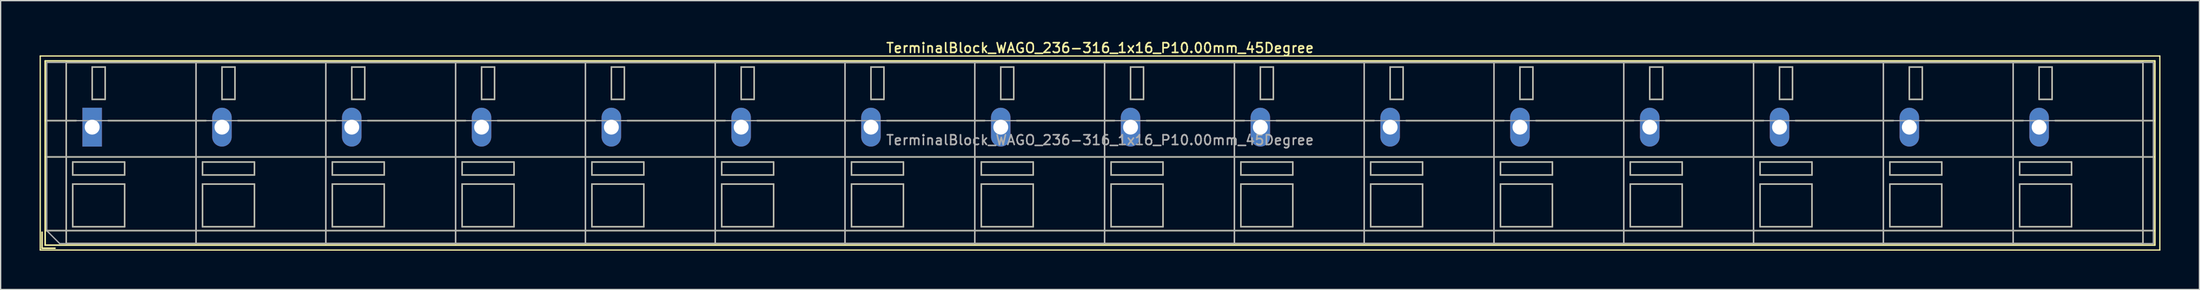
<source format=kicad_pcb>
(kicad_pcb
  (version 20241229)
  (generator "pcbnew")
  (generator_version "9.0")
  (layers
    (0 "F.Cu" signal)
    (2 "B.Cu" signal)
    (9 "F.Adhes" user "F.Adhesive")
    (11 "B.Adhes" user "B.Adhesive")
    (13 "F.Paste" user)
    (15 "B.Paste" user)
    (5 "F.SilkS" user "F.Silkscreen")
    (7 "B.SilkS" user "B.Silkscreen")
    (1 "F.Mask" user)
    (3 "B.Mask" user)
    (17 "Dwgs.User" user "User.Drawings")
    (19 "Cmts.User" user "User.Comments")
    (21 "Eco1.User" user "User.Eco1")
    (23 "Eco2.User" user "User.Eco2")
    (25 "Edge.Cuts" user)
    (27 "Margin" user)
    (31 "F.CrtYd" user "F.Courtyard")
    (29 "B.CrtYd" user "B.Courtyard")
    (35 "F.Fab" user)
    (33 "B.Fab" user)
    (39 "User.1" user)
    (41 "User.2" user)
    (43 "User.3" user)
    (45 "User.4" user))
  (footprint "TerminalBlock_WAGO_236-316_1x16_P10.00mm_45Degree"
    (layer "F.Cu")
    (at 4.05 6.778)
    (property "Reference" "TerminalBlock_WAGO_236-316_1x16_P10.00mm_45Degree" (at 77.65 -6.12 0) (layer "F.SilkS") (effects (font (size 0.75 0.75) (thickness 0.125))))
    (attr through_hole)
    (fp_line (start -4 -5.5) (end -4 9.5) (stroke (width 0.1) (type solid)) (layer "F.SilkS"))
    (fp_line (start -4 9.5) (end 159.3 9.5) (stroke (width 0.1) (type solid)) (layer "F.SilkS"))
    (fp_line (start -3.86 8.12) (end -3.86 9.36) (stroke (width 0.12) (type solid)) (layer "F.SilkS"))
    (fp_line (start -3.86 9.36) (end -2.86 9.36) (stroke (width 0.12) (type solid)) (layer "F.SilkS"))
    (fp_line (start -3.62 -5.12) (end -3.62 9.12) (stroke (width 0.12) (type solid)) (layer "F.SilkS"))
    (fp_line (start -3.62 -5.12) (end 158.92 -5.12) (stroke (width 0.12) (type solid)) (layer "F.SilkS"))
    (fp_line (start -3.62 -0.5) (end -1.23 -0.5) (stroke (width 0.12) (type solid)) (layer "F.SilkS"))
    (fp_line (start -3.62 2.3) (end 158.92 2.3) (stroke (width 0.12) (type solid)) (layer "F.SilkS"))
    (fp_line (start -3.62 8) (end 158.92 8) (stroke (width 0.12) (type solid)) (layer "F.SilkS"))
    (fp_line (start -3.62 9.12) (end 158.92 9.12) (stroke (width 0.12) (type solid)) (layer "F.SilkS"))
    (fp_line (start -2 -5) (end -2 9) (stroke (width 0.12) (type solid)) (layer "F.SilkS"))
    (fp_line (start -2 -5) (end 8 -5) (stroke (width 0.12) (type solid)) (layer "F.SilkS"))
    (fp_line (start -2 9) (end 8 9) (stroke (width 0.12) (type solid)) (layer "F.SilkS"))
    (fp_line (start -1.5 2.7) (end -1.5 3.7) (stroke (width 0.12) (type solid)) (layer "F.SilkS"))
    (fp_line (start -1.5 2.7) (end 2.5 2.7) (stroke (width 0.12) (type solid)) (layer "F.SilkS"))
    (fp_line (start -1.5 3.7) (end 2.5 3.7) (stroke (width 0.12) (type solid)) (layer "F.SilkS"))
    (fp_line (start -1.5 4.4) (end -1.5 7.7) (stroke (width 0.12) (type solid)) (layer "F.SilkS"))
    (fp_line (start -1.5 4.4) (end 2.5 4.4) (stroke (width 0.12) (type solid)) (layer "F.SilkS"))
    (fp_line (start -1.5 7.7) (end 2.5 7.7) (stroke (width 0.12) (type solid)) (layer "F.SilkS"))
    (fp_line (start 0 -4.65) (end 0 -2.151) (stroke (width 0.12) (type solid)) (layer "F.SilkS"))
    (fp_line (start 0 -4.65) (end 1 -4.65) (stroke (width 0.12) (type solid)) (layer "F.SilkS"))
    (fp_line (start 0 -2.151) (end 1 -2.151) (stroke (width 0.12) (type solid)) (layer "F.SilkS"))
    (fp_line (start 1 -4.65) (end 1 -2.151) (stroke (width 0.12) (type solid)) (layer "F.SilkS"))
    (fp_line (start 1.23 -0.5) (end 8.77 -0.5) (stroke (width 0.12) (type solid)) (layer "F.SilkS"))
    (fp_line (start 2.5 2.7) (end 2.5 3.7) (stroke (width 0.12) (type solid)) (layer "F.SilkS"))
    (fp_line (start 2.5 4.4) (end 2.5 7.7) (stroke (width 0.12) (type solid)) (layer "F.SilkS"))
    (fp_line (start 8 -5) (end 8 9) (stroke (width 0.12) (type solid)) (layer "F.SilkS"))
    (fp_line (start 8 -5) (end 8 9) (stroke (width 0.12) (type solid)) (layer "F.SilkS"))
    (fp_line (start 8 -5) (end 18 -5) (stroke (width 0.12) (type solid)) (layer "F.SilkS"))
    (fp_line (start 8 9) (end 18 9) (stroke (width 0.12) (type solid)) (layer "F.SilkS"))
    (fp_line (start 8.5 2.7) (end 8.5 3.7) (stroke (width 0.12) (type solid)) (layer "F.SilkS"))
    (fp_line (start 8.5 2.7) (end 12.5 2.7) (stroke (width 0.12) (type solid)) (layer "F.SilkS"))
    (fp_line (start 8.5 3.7) (end 12.5 3.7) (stroke (width 0.12) (type solid)) (layer "F.SilkS"))
    (fp_line (start 8.5 4.4) (end 8.5 7.7) (stroke (width 0.12) (type solid)) (layer "F.SilkS"))
    (fp_line (start 8.5 4.4) (end 12.5 4.4) (stroke (width 0.12) (type solid)) (layer "F.SilkS"))
    (fp_line (start 8.5 7.7) (end 12.5 7.7) (stroke (width 0.12) (type solid)) (layer "F.SilkS"))
    (fp_line (start 10 -4.65) (end 10 -2.151) (stroke (width 0.12) (type solid)) (layer "F.SilkS"))
    (fp_line (start 10 -4.65) (end 11 -4.65) (stroke (width 0.12) (type solid)) (layer "F.SilkS"))
    (fp_line (start 10 -2.151) (end 11 -2.151) (stroke (width 0.12) (type solid)) (layer "F.SilkS"))
    (fp_line (start 11 -4.65) (end 11 -2.151) (stroke (width 0.12) (type solid)) (layer "F.SilkS"))
    (fp_line (start 11.23 -0.5) (end 18.77 -0.5) (stroke (width 0.12) (type solid)) (layer "F.SilkS"))
    (fp_line (start 12.5 2.7) (end 12.5 3.7) (stroke (width 0.12) (type solid)) (layer "F.SilkS"))
    (fp_line (start 12.5 4.4) (end 12.5 7.7) (stroke (width 0.12) (type solid)) (layer "F.SilkS"))
    (fp_line (start 18 -5) (end 18 9) (stroke (width 0.12) (type solid)) (layer "F.SilkS"))
    (fp_line (start 18 -5) (end 18 9) (stroke (width 0.12) (type solid)) (layer "F.SilkS"))
    (fp_line (start 18 -5) (end 28 -5) (stroke (width 0.12) (type solid)) (layer "F.SilkS"))
    (fp_line (start 18 9) (end 28 9) (stroke (width 0.12) (type solid)) (layer "F.SilkS"))
    (fp_line (start 18.5 2.7) (end 18.5 3.7) (stroke (width 0.12) (type solid)) (layer "F.SilkS"))
    (fp_line (start 18.5 2.7) (end 22.5 2.7) (stroke (width 0.12) (type solid)) (layer "F.SilkS"))
    (fp_line (start 18.5 3.7) (end 22.5 3.7) (stroke (width 0.12) (type solid)) (layer "F.SilkS"))
    (fp_line (start 18.5 4.4) (end 18.5 7.7) (stroke (width 0.12) (type solid)) (layer "F.SilkS"))
    (fp_line (start 18.5 4.4) (end 22.5 4.4) (stroke (width 0.12) (type solid)) (layer "F.SilkS"))
    (fp_line (start 18.5 7.7) (end 22.5 7.7) (stroke (width 0.12) (type solid)) (layer "F.SilkS"))
    (fp_line (start 20 -4.65) (end 20 -2.151) (stroke (width 0.12) (type solid)) (layer "F.SilkS"))
    (fp_line (start 20 -4.65) (end 21 -4.65) (stroke (width 0.12) (type solid)) (layer "F.SilkS"))
    (fp_line (start 20 -2.151) (end 21 -2.151) (stroke (width 0.12) (type solid)) (layer "F.SilkS"))
    (fp_line (start 21 -4.65) (end 21 -2.151) (stroke (width 0.12) (type solid)) (layer "F.SilkS"))
    (fp_line (start 21.23 -0.5) (end 28.77 -0.5) (stroke (width 0.12) (type solid)) (layer "F.SilkS"))
    (fp_line (start 22.5 2.7) (end 22.5 3.7) (stroke (width 0.12) (type solid)) (layer "F.SilkS"))
    (fp_line (start 22.5 4.4) (end 22.5 7.7) (stroke (width 0.12) (type solid)) (layer "F.SilkS"))
    (fp_line (start 28 -5) (end 28 9) (stroke (width 0.12) (type solid)) (layer "F.SilkS"))
    (fp_line (start 28 -5) (end 28 9) (stroke (width 0.12) (type solid)) (layer "F.SilkS"))
    (fp_line (start 28 -5) (end 38 -5) (stroke (width 0.12) (type solid)) (layer "F.SilkS"))
    (fp_line (start 28 9) (end 38 9) (stroke (width 0.12) (type solid)) (layer "F.SilkS"))
    (fp_line (start 28.5 2.7) (end 28.5 3.7) (stroke (width 0.12) (type solid)) (layer "F.SilkS"))
    (fp_line (start 28.5 2.7) (end 32.5 2.7) (stroke (width 0.12) (type solid)) (layer "F.SilkS"))
    (fp_line (start 28.5 3.7) (end 32.5 3.7) (stroke (width 0.12) (type solid)) (layer "F.SilkS"))
    (fp_line (start 28.5 4.4) (end 28.5 7.7) (stroke (width 0.12) (type solid)) (layer "F.SilkS"))
    (fp_line (start 28.5 4.4) (end 32.5 4.4) (stroke (width 0.12) (type solid)) (layer "F.SilkS"))
    (fp_line (start 28.5 7.7) (end 32.5 7.7) (stroke (width 0.12) (type solid)) (layer "F.SilkS"))
    (fp_line (start 30 -4.65) (end 30 -2.151) (stroke (width 0.12) (type solid)) (layer "F.SilkS"))
    (fp_line (start 30 -4.65) (end 31 -4.65) (stroke (width 0.12) (type solid)) (layer "F.SilkS"))
    (fp_line (start 30 -2.151) (end 31 -2.151) (stroke (width 0.12) (type solid)) (layer "F.SilkS"))
    (fp_line (start 31 -4.65) (end 31 -2.151) (stroke (width 0.12) (type solid)) (layer "F.SilkS"))
    (fp_line (start 31.23 -0.5) (end 38.77 -0.5) (stroke (width 0.12) (type solid)) (layer "F.SilkS"))
    (fp_line (start 32.5 2.7) (end 32.5 3.7) (stroke (width 0.12) (type solid)) (layer "F.SilkS"))
    (fp_line (start 32.5 4.4) (end 32.5 7.7) (stroke (width 0.12) (type solid)) (layer "F.SilkS"))
    (fp_line (start 38 -5) (end 38 9) (stroke (width 0.12) (type solid)) (layer "F.SilkS"))
    (fp_line (start 38 -5) (end 38 9) (stroke (width 0.12) (type solid)) (layer "F.SilkS"))
    (fp_line (start 38 -5) (end 48 -5) (stroke (width 0.12) (type solid)) (layer "F.SilkS"))
    (fp_line (start 38 9) (end 48 9) (stroke (width 0.12) (type solid)) (layer "F.SilkS"))
    (fp_line (start 38.5 2.7) (end 38.5 3.7) (stroke (width 0.12) (type solid)) (layer "F.SilkS"))
    (fp_line (start 38.5 2.7) (end 42.5 2.7) (stroke (width 0.12) (type solid)) (layer "F.SilkS"))
    (fp_line (start 38.5 3.7) (end 42.5 3.7) (stroke (width 0.12) (type solid)) (layer "F.SilkS"))
    (fp_line (start 38.5 4.4) (end 38.5 7.7) (stroke (width 0.12) (type solid)) (layer "F.SilkS"))
    (fp_line (start 38.5 4.4) (end 42.5 4.4) (stroke (width 0.12) (type solid)) (layer "F.SilkS"))
    (fp_line (start 38.5 7.7) (end 42.5 7.7) (stroke (width 0.12) (type solid)) (layer "F.SilkS"))
    (fp_line (start 40 -4.65) (end 40 -2.151) (stroke (width 0.12) (type solid)) (layer "F.SilkS"))
    (fp_line (start 40 -4.65) (end 41 -4.65) (stroke (width 0.12) (type solid)) (layer "F.SilkS"))
    (fp_line (start 40 -2.151) (end 41 -2.151) (stroke (width 0.12) (type solid)) (layer "F.SilkS"))
    (fp_line (start 41 -4.65) (end 41 -2.151) (stroke (width 0.12) (type solid)) (layer "F.SilkS"))
    (fp_line (start 41.23 -0.5) (end 48.77 -0.5) (stroke (width 0.12) (type solid)) (layer "F.SilkS"))
    (fp_line (start 42.5 2.7) (end 42.5 3.7) (stroke (width 0.12) (type solid)) (layer "F.SilkS"))
    (fp_line (start 42.5 4.4) (end 42.5 7.7) (stroke (width 0.12) (type solid)) (layer "F.SilkS"))
    (fp_line (start 48 -5) (end 48 9) (stroke (width 0.12) (type solid)) (layer "F.SilkS"))
    (fp_line (start 48 -5) (end 48 9) (stroke (width 0.12) (type solid)) (layer "F.SilkS"))
    (fp_line (start 48 -5) (end 58 -5) (stroke (width 0.12) (type solid)) (layer "F.SilkS"))
    (fp_line (start 48 9) (end 58 9) (stroke (width 0.12) (type solid)) (layer "F.SilkS"))
    (fp_line (start 48.5 2.7) (end 48.5 3.7) (stroke (width 0.12) (type solid)) (layer "F.SilkS"))
    (fp_line (start 48.5 2.7) (end 52.5 2.7) (stroke (width 0.12) (type solid)) (layer "F.SilkS"))
    (fp_line (start 48.5 3.7) (end 52.5 3.7) (stroke (width 0.12) (type solid)) (layer "F.SilkS"))
    (fp_line (start 48.5 4.4) (end 48.5 7.7) (stroke (width 0.12) (type solid)) (layer "F.SilkS"))
    (fp_line (start 48.5 4.4) (end 52.5 4.4) (stroke (width 0.12) (type solid)) (layer "F.SilkS"))
    (fp_line (start 48.5 7.7) (end 52.5 7.7) (stroke (width 0.12) (type solid)) (layer "F.SilkS"))
    (fp_line (start 50 -4.65) (end 50 -2.151) (stroke (width 0.12) (type solid)) (layer "F.SilkS"))
    (fp_line (start 50 -4.65) (end 51 -4.65) (stroke (width 0.12) (type solid)) (layer "F.SilkS"))
    (fp_line (start 50 -2.151) (end 51 -2.151) (stroke (width 0.12) (type solid)) (layer "F.SilkS"))
    (fp_line (start 51 -4.65) (end 51 -2.151) (stroke (width 0.12) (type solid)) (layer "F.SilkS"))
    (fp_line (start 51.23 -0.5) (end 58.77 -0.5) (stroke (width 0.12) (type solid)) (layer "F.SilkS"))
    (fp_line (start 52.5 2.7) (end 52.5 3.7) (stroke (width 0.12) (type solid)) (layer "F.SilkS"))
    (fp_line (start 52.5 4.4) (end 52.5 7.7) (stroke (width 0.12) (type solid)) (layer "F.SilkS"))
    (fp_line (start 58 -5) (end 58 9) (stroke (width 0.12) (type solid)) (layer "F.SilkS"))
    (fp_line (start 58 -5) (end 58 9) (stroke (width 0.12) (type solid)) (layer "F.SilkS"))
    (fp_line (start 58 -5) (end 68 -5) (stroke (width 0.12) (type solid)) (layer "F.SilkS"))
    (fp_line (start 58 9) (end 68 9) (stroke (width 0.12) (type solid)) (layer "F.SilkS"))
    (fp_line (start 58.5 2.7) (end 58.5 3.7) (stroke (width 0.12) (type solid)) (layer "F.SilkS"))
    (fp_line (start 58.5 2.7) (end 62.5 2.7) (stroke (width 0.12) (type solid)) (layer "F.SilkS"))
    (fp_line (start 58.5 3.7) (end 62.5 3.7) (stroke (width 0.12) (type solid)) (layer "F.SilkS"))
    (fp_line (start 58.5 4.4) (end 58.5 7.7) (stroke (width 0.12) (type solid)) (layer "F.SilkS"))
    (fp_line (start 58.5 4.4) (end 62.5 4.4) (stroke (width 0.12) (type solid)) (layer "F.SilkS"))
    (fp_line (start 58.5 7.7) (end 62.5 7.7) (stroke (width 0.12) (type solid)) (layer "F.SilkS"))
    (fp_line (start 60 -4.65) (end 60 -2.151) (stroke (width 0.12) (type solid)) (layer "F.SilkS"))
    (fp_line (start 60 -4.65) (end 61 -4.65) (stroke (width 0.12) (type solid)) (layer "F.SilkS"))
    (fp_line (start 60 -2.151) (end 61 -2.151) (stroke (width 0.12) (type solid)) (layer "F.SilkS"))
    (fp_line (start 61 -4.65) (end 61 -2.151) (stroke (width 0.12) (type solid)) (layer "F.SilkS"))
    (fp_line (start 61.23 -0.5) (end 68.77 -0.5) (stroke (width 0.12) (type solid)) (layer "F.SilkS"))
    (fp_line (start 62.5 2.7) (end 62.5 3.7) (stroke (width 0.12) (type solid)) (layer "F.SilkS"))
    (fp_line (start 62.5 4.4) (end 62.5 7.7) (stroke (width 0.12) (type solid)) (layer "F.SilkS"))
    (fp_line (start 68 -5) (end 68 9) (stroke (width 0.12) (type solid)) (layer "F.SilkS"))
    (fp_line (start 68 -5) (end 68 9) (stroke (width 0.12) (type solid)) (layer "F.SilkS"))
    (fp_line (start 68 -5) (end 78 -5) (stroke (width 0.12) (type solid)) (layer "F.SilkS"))
    (fp_line (start 68 9) (end 78 9) (stroke (width 0.12) (type solid)) (layer "F.SilkS"))
    (fp_line (start 68.5 2.7) (end 68.5 3.7) (stroke (width 0.12) (type solid)) (layer "F.SilkS"))
    (fp_line (start 68.5 2.7) (end 72.5 2.7) (stroke (width 0.12) (type solid)) (layer "F.SilkS"))
    (fp_line (start 68.5 3.7) (end 72.5 3.7) (stroke (width 0.12) (type solid)) (layer "F.SilkS"))
    (fp_line (start 68.5 4.4) (end 68.5 7.7) (stroke (width 0.12) (type solid)) (layer "F.SilkS"))
    (fp_line (start 68.5 4.4) (end 72.5 4.4) (stroke (width 0.12) (type solid)) (layer "F.SilkS"))
    (fp_line (start 68.5 7.7) (end 72.5 7.7) (stroke (width 0.12) (type solid)) (layer "F.SilkS"))
    (fp_line (start 70 -4.65) (end 70 -2.151) (stroke (width 0.12) (type solid)) (layer "F.SilkS"))
    (fp_line (start 70 -4.65) (end 71 -4.65) (stroke (width 0.12) (type solid)) (layer "F.SilkS"))
    (fp_line (start 70 -2.151) (end 71 -2.151) (stroke (width 0.12) (type solid)) (layer "F.SilkS"))
    (fp_line (start 71 -4.65) (end 71 -2.151) (stroke (width 0.12) (type solid)) (layer "F.SilkS"))
    (fp_line (start 71.23 -0.5) (end 78.77 -0.5) (stroke (width 0.12) (type solid)) (layer "F.SilkS"))
    (fp_line (start 72.5 2.7) (end 72.5 3.7) (stroke (width 0.12) (type solid)) (layer "F.SilkS"))
    (fp_line (start 72.5 4.4) (end 72.5 7.7) (stroke (width 0.12) (type solid)) (layer "F.SilkS"))
    (fp_line (start 78 -5) (end 78 9) (stroke (width 0.12) (type solid)) (layer "F.SilkS"))
    (fp_line (start 78 -5) (end 78 9) (stroke (width 0.12) (type solid)) (layer "F.SilkS"))
    (fp_line (start 78 -5) (end 88 -5) (stroke (width 0.12) (type solid)) (layer "F.SilkS"))
    (fp_line (start 78 9) (end 88 9) (stroke (width 0.12) (type solid)) (layer "F.SilkS"))
    (fp_line (start 78.5 2.7) (end 78.5 3.7) (stroke (width 0.12) (type solid)) (layer "F.SilkS"))
    (fp_line (start 78.5 2.7) (end 82.5 2.7) (stroke (width 0.12) (type solid)) (layer "F.SilkS"))
    (fp_line (start 78.5 3.7) (end 82.5 3.7) (stroke (width 0.12) (type solid)) (layer "F.SilkS"))
    (fp_line (start 78.5 4.4) (end 78.5 7.7) (stroke (width 0.12) (type solid)) (layer "F.SilkS"))
    (fp_line (start 78.5 4.4) (end 82.5 4.4) (stroke (width 0.12) (type solid)) (layer "F.SilkS"))
    (fp_line (start 78.5 7.7) (end 82.5 7.7) (stroke (width 0.12) (type solid)) (layer "F.SilkS"))
    (fp_line (start 80 -4.65) (end 80 -2.151) (stroke (width 0.12) (type solid)) (layer "F.SilkS"))
    (fp_line (start 80 -4.65) (end 81 -4.65) (stroke (width 0.12) (type solid)) (layer "F.SilkS"))
    (fp_line (start 80 -2.151) (end 81 -2.151) (stroke (width 0.12) (type solid)) (layer "F.SilkS"))
    (fp_line (start 81 -4.65) (end 81 -2.151) (stroke (width 0.12) (type solid)) (layer "F.SilkS"))
    (fp_line (start 81.23 -0.5) (end 88.77 -0.5) (stroke (width 0.12) (type solid)) (layer "F.SilkS"))
    (fp_line (start 82.5 2.7) (end 82.5 3.7) (stroke (width 0.12) (type solid)) (layer "F.SilkS"))
    (fp_line (start 82.5 4.4) (end 82.5 7.7) (stroke (width 0.12) (type solid)) (layer "F.SilkS"))
    (fp_line (start 88 -5) (end 88 9) (stroke (width 0.12) (type solid)) (layer "F.SilkS"))
    (fp_line (start 88 -5) (end 88 9) (stroke (width 0.12) (type solid)) (layer "F.SilkS"))
    (fp_line (start 88 -5) (end 98 -5) (stroke (width 0.12) (type solid)) (layer "F.SilkS"))
    (fp_line (start 88 9) (end 98 9) (stroke (width 0.12) (type solid)) (layer "F.SilkS"))
    (fp_line (start 88.5 2.7) (end 88.5 3.7) (stroke (width 0.12) (type solid)) (layer "F.SilkS"))
    (fp_line (start 88.5 2.7) (end 92.5 2.7) (stroke (width 0.12) (type solid)) (layer "F.SilkS"))
    (fp_line (start 88.5 3.7) (end 92.5 3.7) (stroke (width 0.12) (type solid)) (layer "F.SilkS"))
    (fp_line (start 88.5 4.4) (end 88.5 7.7) (stroke (width 0.12) (type solid)) (layer "F.SilkS"))
    (fp_line (start 88.5 4.4) (end 92.5 4.4) (stroke (width 0.12) (type solid)) (layer "F.SilkS"))
    (fp_line (start 88.5 7.7) (end 92.5 7.7) (stroke (width 0.12) (type solid)) (layer "F.SilkS"))
    (fp_line (start 90 -4.65) (end 90 -2.151) (stroke (width 0.12) (type solid)) (layer "F.SilkS"))
    (fp_line (start 90 -4.65) (end 91 -4.65) (stroke (width 0.12) (type solid)) (layer "F.SilkS"))
    (fp_line (start 90 -2.151) (end 91 -2.151) (stroke (width 0.12) (type solid)) (layer "F.SilkS"))
    (fp_line (start 91 -4.65) (end 91 -2.151) (stroke (width 0.12) (type solid)) (layer "F.SilkS"))
    (fp_line (start 91.23 -0.5) (end 98.77 -0.5) (stroke (width 0.12) (type solid)) (layer "F.SilkS"))
    (fp_line (start 92.5 2.7) (end 92.5 3.7) (stroke (width 0.12) (type solid)) (layer "F.SilkS"))
    (fp_line (start 92.5 4.4) (end 92.5 7.7) (stroke (width 0.12) (type solid)) (layer "F.SilkS"))
    (fp_line (start 98 -5) (end 98 9) (stroke (width 0.12) (type solid)) (layer "F.SilkS"))
    (fp_line (start 98 -5) (end 98 9) (stroke (width 0.12) (type solid)) (layer "F.SilkS"))
    (fp_line (start 98 -5) (end 108 -5) (stroke (width 0.12) (type solid)) (layer "F.SilkS"))
    (fp_line (start 98 9) (end 108 9) (stroke (width 0.12) (type solid)) (layer "F.SilkS"))
    (fp_line (start 98.5 2.7) (end 98.5 3.7) (stroke (width 0.12) (type solid)) (layer "F.SilkS"))
    (fp_line (start 98.5 2.7) (end 102.5 2.7) (stroke (width 0.12) (type solid)) (layer "F.SilkS"))
    (fp_line (start 98.5 3.7) (end 102.5 3.7) (stroke (width 0.12) (type solid)) (layer "F.SilkS"))
    (fp_line (start 98.5 4.4) (end 98.5 7.7) (stroke (width 0.12) (type solid)) (layer "F.SilkS"))
    (fp_line (start 98.5 4.4) (end 102.5 4.4) (stroke (width 0.12) (type solid)) (layer "F.SilkS"))
    (fp_line (start 98.5 7.7) (end 102.5 7.7) (stroke (width 0.12) (type solid)) (layer "F.SilkS"))
    (fp_line (start 100 -4.65) (end 100 -2.151) (stroke (width 0.12) (type solid)) (layer "F.SilkS"))
    (fp_line (start 100 -4.65) (end 101 -4.65) (stroke (width 0.12) (type solid)) (layer "F.SilkS"))
    (fp_line (start 100 -2.151) (end 101 -2.151) (stroke (width 0.12) (type solid)) (layer "F.SilkS"))
    (fp_line (start 101 -4.65) (end 101 -2.151) (stroke (width 0.12) (type solid)) (layer "F.SilkS"))
    (fp_line (start 101.23 -0.5) (end 108.77 -0.5) (stroke (width 0.12) (type solid)) (layer "F.SilkS"))
    (fp_line (start 102.5 2.7) (end 102.5 3.7) (stroke (width 0.12) (type solid)) (layer "F.SilkS"))
    (fp_line (start 102.5 4.4) (end 102.5 7.7) (stroke (width 0.12) (type solid)) (layer "F.SilkS"))
    (fp_line (start 108 -5) (end 108 9) (stroke (width 0.12) (type solid)) (layer "F.SilkS"))
    (fp_line (start 108 -5) (end 108 9) (stroke (width 0.12) (type solid)) (layer "F.SilkS"))
    (fp_line (start 108 -5) (end 118 -5) (stroke (width 0.12) (type solid)) (layer "F.SilkS"))
    (fp_line (start 108 9) (end 118 9) (stroke (width 0.12) (type solid)) (layer "F.SilkS"))
    (fp_line (start 108.5 2.7) (end 108.5 3.7) (stroke (width 0.12) (type solid)) (layer "F.SilkS"))
    (fp_line (start 108.5 2.7) (end 112.5 2.7) (stroke (width 0.12) (type solid)) (layer "F.SilkS"))
    (fp_line (start 108.5 3.7) (end 112.5 3.7) (stroke (width 0.12) (type solid)) (layer "F.SilkS"))
    (fp_line (start 108.5 4.4) (end 108.5 7.7) (stroke (width 0.12) (type solid)) (layer "F.SilkS"))
    (fp_line (start 108.5 4.4) (end 112.5 4.4) (stroke (width 0.12) (type solid)) (layer "F.SilkS"))
    (fp_line (start 108.5 7.7) (end 112.5 7.7) (stroke (width 0.12) (type solid)) (layer "F.SilkS"))
    (fp_line (start 110 -4.65) (end 110 -2.151) (stroke (width 0.12) (type solid)) (layer "F.SilkS"))
    (fp_line (start 110 -4.65) (end 111 -4.65) (stroke (width 0.12) (type solid)) (layer "F.SilkS"))
    (fp_line (start 110 -2.151) (end 111 -2.151) (stroke (width 0.12) (type solid)) (layer "F.SilkS"))
    (fp_line (start 111 -4.65) (end 111 -2.151) (stroke (width 0.12) (type solid)) (layer "F.SilkS"))
    (fp_line (start 111.23 -0.5) (end 118.77 -0.5) (stroke (width 0.12) (type solid)) (layer "F.SilkS"))
    (fp_line (start 112.5 2.7) (end 112.5 3.7) (stroke (width 0.12) (type solid)) (layer "F.SilkS"))
    (fp_line (start 112.5 4.4) (end 112.5 7.7) (stroke (width 0.12) (type solid)) (layer "F.SilkS"))
    (fp_line (start 118 -5) (end 118 9) (stroke (width 0.12) (type solid)) (layer "F.SilkS"))
    (fp_line (start 118 -5) (end 118 9) (stroke (width 0.12) (type solid)) (layer "F.SilkS"))
    (fp_line (start 118 -5) (end 128 -5) (stroke (width 0.12) (type solid)) (layer "F.SilkS"))
    (fp_line (start 118 9) (end 128 9) (stroke (width 0.12) (type solid)) (layer "F.SilkS"))
    (fp_line (start 118.5 2.7) (end 118.5 3.7) (stroke (width 0.12) (type solid)) (layer "F.SilkS"))
    (fp_line (start 118.5 2.7) (end 122.5 2.7) (stroke (width 0.12) (type solid)) (layer "F.SilkS"))
    (fp_line (start 118.5 3.7) (end 122.5 3.7) (stroke (width 0.12) (type solid)) (layer "F.SilkS"))
    (fp_line (start 118.5 4.4) (end 118.5 7.7) (stroke (width 0.12) (type solid)) (layer "F.SilkS"))
    (fp_line (start 118.5 4.4) (end 122.5 4.4) (stroke (width 0.12) (type solid)) (layer "F.SilkS"))
    (fp_line (start 118.5 7.7) (end 122.5 7.7) (stroke (width 0.12) (type solid)) (layer "F.SilkS"))
    (fp_line (start 120 -4.65) (end 120 -2.151) (stroke (width 0.12) (type solid)) (layer "F.SilkS"))
    (fp_line (start 120 -4.65) (end 121 -4.65) (stroke (width 0.12) (type solid)) (layer "F.SilkS"))
    (fp_line (start 120 -2.151) (end 121 -2.151) (stroke (width 0.12) (type solid)) (layer "F.SilkS"))
    (fp_line (start 121 -4.65) (end 121 -2.151) (stroke (width 0.12) (type solid)) (layer "F.SilkS"))
    (fp_line (start 121.23 -0.5) (end 128.771 -0.5) (stroke (width 0.12) (type solid)) (layer "F.SilkS"))
    (fp_line (start 122.5 2.7) (end 122.5 3.7) (stroke (width 0.12) (type solid)) (layer "F.SilkS"))
    (fp_line (start 122.5 4.4) (end 122.5 7.7) (stroke (width 0.12) (type solid)) (layer "F.SilkS"))
    (fp_line (start 128 -5) (end 128 9) (stroke (width 0.12) (type solid)) (layer "F.SilkS"))
    (fp_line (start 128 -5) (end 128 9) (stroke (width 0.12) (type solid)) (layer "F.SilkS"))
    (fp_line (start 128 -5) (end 138 -5) (stroke (width 0.12) (type solid)) (layer "F.SilkS"))
    (fp_line (start 128 9) (end 138 9) (stroke (width 0.12) (type solid)) (layer "F.SilkS"))
    (fp_line (start 128.5 2.7) (end 128.5 3.7) (stroke (width 0.12) (type solid)) (layer "F.SilkS"))
    (fp_line (start 128.5 2.7) (end 132.5 2.7) (stroke (width 0.12) (type solid)) (layer "F.SilkS"))
    (fp_line (start 128.5 3.7) (end 132.5 3.7) (stroke (width 0.12) (type solid)) (layer "F.SilkS"))
    (fp_line (start 128.5 4.4) (end 128.5 7.7) (stroke (width 0.12) (type solid)) (layer "F.SilkS"))
    (fp_line (start 128.5 4.4) (end 132.5 4.4) (stroke (width 0.12) (type solid)) (layer "F.SilkS"))
    (fp_line (start 128.5 7.7) (end 132.5 7.7) (stroke (width 0.12) (type solid)) (layer "F.SilkS"))
    (fp_line (start 130 -4.65) (end 130 -2.151) (stroke (width 0.12) (type solid)) (layer "F.SilkS"))
    (fp_line (start 130 -4.65) (end 131 -4.65) (stroke (width 0.12) (type solid)) (layer "F.SilkS"))
    (fp_line (start 130 -2.151) (end 131 -2.151) (stroke (width 0.12) (type solid)) (layer "F.SilkS"))
    (fp_line (start 131 -4.65) (end 131 -2.151) (stroke (width 0.12) (type solid)) (layer "F.SilkS"))
    (fp_line (start 131.23 -0.5) (end 138.77 -0.5) (stroke (width 0.12) (type solid)) (layer "F.SilkS"))
    (fp_line (start 132.5 2.7) (end 132.5 3.7) (stroke (width 0.12) (type solid)) (layer "F.SilkS"))
    (fp_line (start 132.5 4.4) (end 132.5 7.7) (stroke (width 0.12) (type solid)) (layer "F.SilkS"))
    (fp_line (start 138 -5) (end 138 9) (stroke (width 0.12) (type solid)) (layer "F.SilkS"))
    (fp_line (start 138 -5) (end 138 9) (stroke (width 0.12) (type solid)) (layer "F.SilkS"))
    (fp_line (start 138 -5) (end 148 -5) (stroke (width 0.12) (type solid)) (layer "F.SilkS"))
    (fp_line (start 138 9) (end 148 9) (stroke (width 0.12) (type solid)) (layer "F.SilkS"))
    (fp_line (start 138.5 2.7) (end 138.5 3.7) (stroke (width 0.12) (type solid)) (layer "F.SilkS"))
    (fp_line (start 138.5 2.7) (end 142.5 2.7) (stroke (width 0.12) (type solid)) (layer "F.SilkS"))
    (fp_line (start 138.5 3.7) (end 142.5 3.7) (stroke (width 0.12) (type solid)) (layer "F.SilkS"))
    (fp_line (start 138.5 4.4) (end 138.5 7.7) (stroke (width 0.12) (type solid)) (layer "F.SilkS"))
    (fp_line (start 138.5 4.4) (end 142.5 4.4) (stroke (width 0.12) (type solid)) (layer "F.SilkS"))
    (fp_line (start 138.5 7.7) (end 142.5 7.7) (stroke (width 0.12) (type solid)) (layer "F.SilkS"))
    (fp_line (start 140 -4.65) (end 140 -2.151) (stroke (width 0.12) (type solid)) (layer "F.SilkS"))
    (fp_line (start 140 -4.65) (end 141 -4.65) (stroke (width 0.12) (type solid)) (layer "F.SilkS"))
    (fp_line (start 140 -2.151) (end 141 -2.151) (stroke (width 0.12) (type solid)) (layer "F.SilkS"))
    (fp_line (start 141 -4.65) (end 141 -2.151) (stroke (width 0.12) (type solid)) (layer "F.SilkS"))
    (fp_line (start 141.23 -0.5) (end 148.77 -0.5) (stroke (width 0.12) (type solid)) (layer "F.SilkS"))
    (fp_line (start 142.5 2.7) (end 142.5 3.7) (stroke (width 0.12) (type solid)) (layer "F.SilkS"))
    (fp_line (start 142.5 4.4) (end 142.5 7.7) (stroke (width 0.12) (type solid)) (layer "F.SilkS"))
    (fp_line (start 148 -5) (end 148 9) (stroke (width 0.12) (type solid)) (layer "F.SilkS"))
    (fp_line (start 148 -5) (end 148 9) (stroke (width 0.12) (type solid)) (layer "F.SilkS"))
    (fp_line (start 148 -5) (end 158 -5) (stroke (width 0.12) (type solid)) (layer "F.SilkS"))
    (fp_line (start 148 9) (end 158 9) (stroke (width 0.12) (type solid)) (layer "F.SilkS"))
    (fp_line (start 148.5 2.7) (end 148.5 3.7) (stroke (width 0.12) (type solid)) (layer "F.SilkS"))
    (fp_line (start 148.5 2.7) (end 152.5 2.7) (stroke (width 0.12) (type solid)) (layer "F.SilkS"))
    (fp_line (start 148.5 3.7) (end 152.5 3.7) (stroke (width 0.12) (type solid)) (layer "F.SilkS"))
    (fp_line (start 148.5 4.4) (end 148.5 7.7) (stroke (width 0.12) (type solid)) (layer "F.SilkS"))
    (fp_line (start 148.5 4.4) (end 152.5 4.4) (stroke (width 0.12) (type solid)) (layer "F.SilkS"))
    (fp_line (start 148.5 7.7) (end 152.5 7.7) (stroke (width 0.12) (type solid)) (layer "F.SilkS"))
    (fp_line (start 150 -4.65) (end 150 -2.151) (stroke (width 0.12) (type solid)) (layer "F.SilkS"))
    (fp_line (start 150 -4.65) (end 151 -4.65) (stroke (width 0.12) (type solid)) (layer "F.SilkS"))
    (fp_line (start 150 -2.151) (end 151 -2.151) (stroke (width 0.12) (type solid)) (layer "F.SilkS"))
    (fp_line (start 151 -4.65) (end 151 -2.151) (stroke (width 0.12) (type solid)) (layer "F.SilkS"))
    (fp_line (start 151.23 -0.5) (end 158.92 -0.5) (stroke (width 0.12) (type solid)) (layer "F.SilkS"))
    (fp_line (start 152.5 2.7) (end 152.5 3.7) (stroke (width 0.12) (type solid)) (layer "F.SilkS"))
    (fp_line (start 152.5 4.4) (end 152.5 7.7) (stroke (width 0.12) (type solid)) (layer "F.SilkS"))
    (fp_line (start 158 -5) (end 158 9) (stroke (width 0.12) (type solid)) (layer "F.SilkS"))
    (fp_line (start 158.92 -5.12) (end 158.92 9.12) (stroke (width 0.12) (type solid)) (layer "F.SilkS"))
    (fp_line (start 159.3 -5.5) (end -4 -5.5) (stroke (width 0.1) (type solid)) (layer "F.SilkS"))
    (fp_line (start 159.3 9.5) (end 159.3 -5.5) (stroke (width 0.1) (type solid)) (layer "F.SilkS"))
    (fp_line (start -3.5 -5) (end 158.8 -5) (stroke (width 0.1) (type solid)) (layer "F.Fab"))
    (fp_line (start -3.5 -0.5) (end 158.8 -0.5) (stroke (width 0.1) (type solid)) (layer "F.Fab"))
    (fp_line (start -3.5 2.3) (end 158.8 2.3) (stroke (width 0.1) (type solid)) (layer "F.Fab"))
    (fp_line (start -3.5 8) (end -3.5 -5) (stroke (width 0.1) (type solid)) (layer "F.Fab"))
    (fp_line (start -3.5 8) (end 158.8 8) (stroke (width 0.1) (type solid)) (layer "F.Fab"))
    (fp_line (start -2.5 9) (end -3.5 8) (stroke (width 0.1) (type solid)) (layer "F.Fab"))
    (fp_line (start -2 -5) (end -2 9) (stroke (width 0.1) (type solid)) (layer "F.Fab"))
    (fp_line (start -2 9) (end 8 9) (stroke (width 0.1) (type solid)) (layer "F.Fab"))
    (fp_line (start -1.5 2.7) (end -1.5 3.7) (stroke (width 0.1) (type solid)) (layer "F.Fab"))
    (fp_line (start -1.5 3.7) (end 2.5 3.7) (stroke (width 0.1) (type solid)) (layer "F.Fab"))
    (fp_line (start -1.5 4.4) (end -1.5 7.7) (stroke (width 0.1) (type solid)) (layer "F.Fab"))
    (fp_line (start -1.5 7.7) (end 2.5 7.7) (stroke (width 0.1) (type solid)) (layer "F.Fab"))
    (fp_line (start 0 -4.65) (end 0 -2.15) (stroke (width 0.1) (type solid)) (layer "F.Fab"))
    (fp_line (start 0 -2.15) (end 1 -2.15) (stroke (width 0.1) (type solid)) (layer "F.Fab"))
    (fp_line (start 1 -4.65) (end 0 -4.65) (stroke (width 0.1) (type solid)) (layer "F.Fab"))
    (fp_line (start 1 -2.15) (end 1 -4.65) (stroke (width 0.1) (type solid)) (layer "F.Fab"))
    (fp_line (start 2.5 2.7) (end -1.5 2.7) (stroke (width 0.1) (type solid)) (layer "F.Fab"))
    (fp_line (start 2.5 3.7) (end 2.5 2.7) (stroke (width 0.1) (type solid)) (layer "F.Fab"))
    (fp_line (start 2.5 4.4) (end -1.5 4.4) (stroke (width 0.1) (type solid)) (layer "F.Fab"))
    (fp_line (start 2.5 7.7) (end 2.5 4.4) (stroke (width 0.1) (type solid)) (layer "F.Fab"))
    (fp_line (start 8 -5) (end -2 -5) (stroke (width 0.1) (type solid)) (layer "F.Fab"))
    (fp_line (start 8 -5) (end 8 9) (stroke (width 0.1) (type solid)) (layer "F.Fab"))
    (fp_line (start 8 9) (end 8 -5) (stroke (width 0.1) (type solid)) (layer "F.Fab"))
    (fp_line (start 8 9) (end 18 9) (stroke (width 0.1) (type solid)) (layer "F.Fab"))
    (fp_line (start 8.5 2.7) (end 8.5 3.7) (stroke (width 0.1) (type solid)) (layer "F.Fab"))
    (fp_line (start 8.5 3.7) (end 12.5 3.7) (stroke (width 0.1) (type solid)) (layer "F.Fab"))
    (fp_line (start 8.5 4.4) (end 8.5 7.7) (stroke (width 0.1) (type solid)) (layer "F.Fab"))
    (fp_line (start 8.5 7.7) (end 12.5 7.7) (stroke (width 0.1) (type solid)) (layer "F.Fab"))
    (fp_line (start 10 -4.65) (end 10 -2.15) (stroke (width 0.1) (type solid)) (layer "F.Fab"))
    (fp_line (start 10 -2.15) (end 11 -2.15) (stroke (width 0.1) (type solid)) (layer "F.Fab"))
    (fp_line (start 11 -4.65) (end 10 -4.65) (stroke (width 0.1) (type solid)) (layer "F.Fab"))
    (fp_line (start 11 -2.15) (end 11 -4.65) (stroke (width 0.1) (type solid)) (layer "F.Fab"))
    (fp_line (start 12.5 2.7) (end 8.5 2.7) (stroke (width 0.1) (type solid)) (layer "F.Fab"))
    (fp_line (start 12.5 3.7) (end 12.5 2.7) (stroke (width 0.1) (type solid)) (layer "F.Fab"))
    (fp_line (start 12.5 4.4) (end 8.5 4.4) (stroke (width 0.1) (type solid)) (layer "F.Fab"))
    (fp_line (start 12.5 7.7) (end 12.5 4.4) (stroke (width 0.1) (type solid)) (layer "F.Fab"))
    (fp_line (start 18 -5) (end 8 -5) (stroke (width 0.1) (type solid)) (layer "F.Fab"))
    (fp_line (start 18 -5) (end 18 9) (stroke (width 0.1) (type solid)) (layer "F.Fab"))
    (fp_line (start 18 9) (end 18 -5) (stroke (width 0.1) (type solid)) (layer "F.Fab"))
    (fp_line (start 18 9) (end 28 9) (stroke (width 0.1) (type solid)) (layer "F.Fab"))
    (fp_line (start 18.5 2.7) (end 18.5 3.7) (stroke (width 0.1) (type solid)) (layer "F.Fab"))
    (fp_line (start 18.5 3.7) (end 22.5 3.7) (stroke (width 0.1) (type solid)) (layer "F.Fab"))
    (fp_line (start 18.5 4.4) (end 18.5 7.7) (stroke (width 0.1) (type solid)) (layer "F.Fab"))
    (fp_line (start 18.5 7.7) (end 22.5 7.7) (stroke (width 0.1) (type solid)) (layer "F.Fab"))
    (fp_line (start 20 -4.65) (end 20 -2.15) (stroke (width 0.1) (type solid)) (layer "F.Fab"))
    (fp_line (start 20 -2.15) (end 21 -2.15) (stroke (width 0.1) (type solid)) (layer "F.Fab"))
    (fp_line (start 21 -4.65) (end 20 -4.65) (stroke (width 0.1) (type solid)) (layer "F.Fab"))
    (fp_line (start 21 -2.15) (end 21 -4.65) (stroke (width 0.1) (type solid)) (layer "F.Fab"))
    (fp_line (start 22.5 2.7) (end 18.5 2.7) (stroke (width 0.1) (type solid)) (layer "F.Fab"))
    (fp_line (start 22.5 3.7) (end 22.5 2.7) (stroke (width 0.1) (type solid)) (layer "F.Fab"))
    (fp_line (start 22.5 4.4) (end 18.5 4.4) (stroke (width 0.1) (type solid)) (layer "F.Fab"))
    (fp_line (start 22.5 7.7) (end 22.5 4.4) (stroke (width 0.1) (type solid)) (layer "F.Fab"))
    (fp_line (start 28 -5) (end 18 -5) (stroke (width 0.1) (type solid)) (layer "F.Fab"))
    (fp_line (start 28 -5) (end 28 9) (stroke (width 0.1) (type solid)) (layer "F.Fab"))
    (fp_line (start 28 9) (end 28 -5) (stroke (width 0.1) (type solid)) (layer "F.Fab"))
    (fp_line (start 28 9) (end 38 9) (stroke (width 0.1) (type solid)) (layer "F.Fab"))
    (fp_line (start 28.5 2.7) (end 28.5 3.7) (stroke (width 0.1) (type solid)) (layer "F.Fab"))
    (fp_line (start 28.5 3.7) (end 32.5 3.7) (stroke (width 0.1) (type solid)) (layer "F.Fab"))
    (fp_line (start 28.5 4.4) (end 28.5 7.7) (stroke (width 0.1) (type solid)) (layer "F.Fab"))
    (fp_line (start 28.5 7.7) (end 32.5 7.7) (stroke (width 0.1) (type solid)) (layer "F.Fab"))
    (fp_line (start 30 -4.65) (end 30 -2.15) (stroke (width 0.1) (type solid)) (layer "F.Fab"))
    (fp_line (start 30 -2.15) (end 31 -2.15) (stroke (width 0.1) (type solid)) (layer "F.Fab"))
    (fp_line (start 31 -4.65) (end 30 -4.65) (stroke (width 0.1) (type solid)) (layer "F.Fab"))
    (fp_line (start 31 -2.15) (end 31 -4.65) (stroke (width 0.1) (type solid)) (layer "F.Fab"))
    (fp_line (start 32.5 2.7) (end 28.5 2.7) (stroke (width 0.1) (type solid)) (layer "F.Fab"))
    (fp_line (start 32.5 3.7) (end 32.5 2.7) (stroke (width 0.1) (type solid)) (layer "F.Fab"))
    (fp_line (start 32.5 4.4) (end 28.5 4.4) (stroke (width 0.1) (type solid)) (layer "F.Fab"))
    (fp_line (start 32.5 7.7) (end 32.5 4.4) (stroke (width 0.1) (type solid)) (layer "F.Fab"))
    (fp_line (start 38 -5) (end 28 -5) (stroke (width 0.1) (type solid)) (layer "F.Fab"))
    (fp_line (start 38 -5) (end 38 9) (stroke (width 0.1) (type solid)) (layer "F.Fab"))
    (fp_line (start 38 9) (end 38 -5) (stroke (width 0.1) (type solid)) (layer "F.Fab"))
    (fp_line (start 38 9) (end 48 9) (stroke (width 0.1) (type solid)) (layer "F.Fab"))
    (fp_line (start 38.5 2.7) (end 38.5 3.7) (stroke (width 0.1) (type solid)) (layer "F.Fab"))
    (fp_line (start 38.5 3.7) (end 42.5 3.7) (stroke (width 0.1) (type solid)) (layer "F.Fab"))
    (fp_line (start 38.5 4.4) (end 38.5 7.7) (stroke (width 0.1) (type solid)) (layer "F.Fab"))
    (fp_line (start 38.5 7.7) (end 42.5 7.7) (stroke (width 0.1) (type solid)) (layer "F.Fab"))
    (fp_line (start 40 -4.65) (end 40 -2.15) (stroke (width 0.1) (type solid)) (layer "F.Fab"))
    (fp_line (start 40 -2.15) (end 41 -2.15) (stroke (width 0.1) (type solid)) (layer "F.Fab"))
    (fp_line (start 41 -4.65) (end 40 -4.65) (stroke (width 0.1) (type solid)) (layer "F.Fab"))
    (fp_line (start 41 -2.15) (end 41 -4.65) (stroke (width 0.1) (type solid)) (layer "F.Fab"))
    (fp_line (start 42.5 2.7) (end 38.5 2.7) (stroke (width 0.1) (type solid)) (layer "F.Fab"))
    (fp_line (start 42.5 3.7) (end 42.5 2.7) (stroke (width 0.1) (type solid)) (layer "F.Fab"))
    (fp_line (start 42.5 4.4) (end 38.5 4.4) (stroke (width 0.1) (type solid)) (layer "F.Fab"))
    (fp_line (start 42.5 7.7) (end 42.5 4.4) (stroke (width 0.1) (type solid)) (layer "F.Fab"))
    (fp_line (start 48 -5) (end 38 -5) (stroke (width 0.1) (type solid)) (layer "F.Fab"))
    (fp_line (start 48 -5) (end 48 9) (stroke (width 0.1) (type solid)) (layer "F.Fab"))
    (fp_line (start 48 9) (end 48 -5) (stroke (width 0.1) (type solid)) (layer "F.Fab"))
    (fp_line (start 48 9) (end 58 9) (stroke (width 0.1) (type solid)) (layer "F.Fab"))
    (fp_line (start 48.5 2.7) (end 48.5 3.7) (stroke (width 0.1) (type solid)) (layer "F.Fab"))
    (fp_line (start 48.5 3.7) (end 52.5 3.7) (stroke (width 0.1) (type solid)) (layer "F.Fab"))
    (fp_line (start 48.5 4.4) (end 48.5 7.7) (stroke (width 0.1) (type solid)) (layer "F.Fab"))
    (fp_line (start 48.5 7.7) (end 52.5 7.7) (stroke (width 0.1) (type solid)) (layer "F.Fab"))
    (fp_line (start 50 -4.65) (end 50 -2.15) (stroke (width 0.1) (type solid)) (layer "F.Fab"))
    (fp_line (start 50 -2.15) (end 51 -2.15) (stroke (width 0.1) (type solid)) (layer "F.Fab"))
    (fp_line (start 51 -4.65) (end 50 -4.65) (stroke (width 0.1) (type solid)) (layer "F.Fab"))
    (fp_line (start 51 -2.15) (end 51 -4.65) (stroke (width 0.1) (type solid)) (layer "F.Fab"))
    (fp_line (start 52.5 2.7) (end 48.5 2.7) (stroke (width 0.1) (type solid)) (layer "F.Fab"))
    (fp_line (start 52.5 3.7) (end 52.5 2.7) (stroke (width 0.1) (type solid)) (layer "F.Fab"))
    (fp_line (start 52.5 4.4) (end 48.5 4.4) (stroke (width 0.1) (type solid)) (layer "F.Fab"))
    (fp_line (start 52.5 7.7) (end 52.5 4.4) (stroke (width 0.1) (type solid)) (layer "F.Fab"))
    (fp_line (start 58 -5) (end 48 -5) (stroke (width 0.1) (type solid)) (layer "F.Fab"))
    (fp_line (start 58 -5) (end 58 9) (stroke (width 0.1) (type solid)) (layer "F.Fab"))
    (fp_line (start 58 9) (end 58 -5) (stroke (width 0.1) (type solid)) (layer "F.Fab"))
    (fp_line (start 58 9) (end 68 9) (stroke (width 0.1) (type solid)) (layer "F.Fab"))
    (fp_line (start 58.5 2.7) (end 58.5 3.7) (stroke (width 0.1) (type solid)) (layer "F.Fab"))
    (fp_line (start 58.5 3.7) (end 62.5 3.7) (stroke (width 0.1) (type solid)) (layer "F.Fab"))
    (fp_line (start 58.5 4.4) (end 58.5 7.7) (stroke (width 0.1) (type solid)) (layer "F.Fab"))
    (fp_line (start 58.5 7.7) (end 62.5 7.7) (stroke (width 0.1) (type solid)) (layer "F.Fab"))
    (fp_line (start 60 -4.65) (end 60 -2.15) (stroke (width 0.1) (type solid)) (layer "F.Fab"))
    (fp_line (start 60 -2.15) (end 61 -2.15) (stroke (width 0.1) (type solid)) (layer "F.Fab"))
    (fp_line (start 61 -4.65) (end 60 -4.65) (stroke (width 0.1) (type solid)) (layer "F.Fab"))
    (fp_line (start 61 -2.15) (end 61 -4.65) (stroke (width 0.1) (type solid)) (layer "F.Fab"))
    (fp_line (start 62.5 2.7) (end 58.5 2.7) (stroke (width 0.1) (type solid)) (layer "F.Fab"))
    (fp_line (start 62.5 3.7) (end 62.5 2.7) (stroke (width 0.1) (type solid)) (layer "F.Fab"))
    (fp_line (start 62.5 4.4) (end 58.5 4.4) (stroke (width 0.1) (type solid)) (layer "F.Fab"))
    (fp_line (start 62.5 7.7) (end 62.5 4.4) (stroke (width 0.1) (type solid)) (layer "F.Fab"))
    (fp_line (start 68 -5) (end 58 -5) (stroke (width 0.1) (type solid)) (layer "F.Fab"))
    (fp_line (start 68 -5) (end 68 9) (stroke (width 0.1) (type solid)) (layer "F.Fab"))
    (fp_line (start 68 9) (end 68 -5) (stroke (width 0.1) (type solid)) (layer "F.Fab"))
    (fp_line (start 68 9) (end 78 9) (stroke (width 0.1) (type solid)) (layer "F.Fab"))
    (fp_line (start 68.5 2.7) (end 68.5 3.7) (stroke (width 0.1) (type solid)) (layer "F.Fab"))
    (fp_line (start 68.5 3.7) (end 72.5 3.7) (stroke (width 0.1) (type solid)) (layer "F.Fab"))
    (fp_line (start 68.5 4.4) (end 68.5 7.7) (stroke (width 0.1) (type solid)) (layer "F.Fab"))
    (fp_line (start 68.5 7.7) (end 72.5 7.7) (stroke (width 0.1) (type solid)) (layer "F.Fab"))
    (fp_line (start 70 -4.65) (end 70 -2.15) (stroke (width 0.1) (type solid)) (layer "F.Fab"))
    (fp_line (start 70 -2.15) (end 71 -2.15) (stroke (width 0.1) (type solid)) (layer "F.Fab"))
    (fp_line (start 71 -4.65) (end 70 -4.65) (stroke (width 0.1) (type solid)) (layer "F.Fab"))
    (fp_line (start 71 -2.15) (end 71 -4.65) (stroke (width 0.1) (type solid)) (layer "F.Fab"))
    (fp_line (start 72.5 2.7) (end 68.5 2.7) (stroke (width 0.1) (type solid)) (layer "F.Fab"))
    (fp_line (start 72.5 3.7) (end 72.5 2.7) (stroke (width 0.1) (type solid)) (layer "F.Fab"))
    (fp_line (start 72.5 4.4) (end 68.5 4.4) (stroke (width 0.1) (type solid)) (layer "F.Fab"))
    (fp_line (start 72.5 7.7) (end 72.5 4.4) (stroke (width 0.1) (type solid)) (layer "F.Fab"))
    (fp_line (start 78 -5) (end 68 -5) (stroke (width 0.1) (type solid)) (layer "F.Fab"))
    (fp_line (start 78 -5) (end 78 9) (stroke (width 0.1) (type solid)) (layer "F.Fab"))
    (fp_line (start 78 9) (end 78 -5) (stroke (width 0.1) (type solid)) (layer "F.Fab"))
    (fp_line (start 78 9) (end 88 9) (stroke (width 0.1) (type solid)) (layer "F.Fab"))
    (fp_line (start 78.5 2.7) (end 78.5 3.7) (stroke (width 0.1) (type solid)) (layer "F.Fab"))
    (fp_line (start 78.5 3.7) (end 82.5 3.7) (stroke (width 0.1) (type solid)) (layer "F.Fab"))
    (fp_line (start 78.5 4.4) (end 78.5 7.7) (stroke (width 0.1) (type solid)) (layer "F.Fab"))
    (fp_line (start 78.5 7.7) (end 82.5 7.7) (stroke (width 0.1) (type solid)) (layer "F.Fab"))
    (fp_line (start 80 -4.65) (end 80 -2.15) (stroke (width 0.1) (type solid)) (layer "F.Fab"))
    (fp_line (start 80 -2.15) (end 81 -2.15) (stroke (width 0.1) (type solid)) (layer "F.Fab"))
    (fp_line (start 81 -4.65) (end 80 -4.65) (stroke (width 0.1) (type solid)) (layer "F.Fab"))
    (fp_line (start 81 -2.15) (end 81 -4.65) (stroke (width 0.1) (type solid)) (layer "F.Fab"))
    (fp_line (start 82.5 2.7) (end 78.5 2.7) (stroke (width 0.1) (type solid)) (layer "F.Fab"))
    (fp_line (start 82.5 3.7) (end 82.5 2.7) (stroke (width 0.1) (type solid)) (layer "F.Fab"))
    (fp_line (start 82.5 4.4) (end 78.5 4.4) (stroke (width 0.1) (type solid)) (layer "F.Fab"))
    (fp_line (start 82.5 7.7) (end 82.5 4.4) (stroke (width 0.1) (type solid)) (layer "F.Fab"))
    (fp_line (start 88 -5) (end 78 -5) (stroke (width 0.1) (type solid)) (layer "F.Fab"))
    (fp_line (start 88 -5) (end 88 9) (stroke (width 0.1) (type solid)) (layer "F.Fab"))
    (fp_line (start 88 9) (end 88 -5) (stroke (width 0.1) (type solid)) (layer "F.Fab"))
    (fp_line (start 88 9) (end 98 9) (stroke (width 0.1) (type solid)) (layer "F.Fab"))
    (fp_line (start 88.5 2.7) (end 88.5 3.7) (stroke (width 0.1) (type solid)) (layer "F.Fab"))
    (fp_line (start 88.5 3.7) (end 92.5 3.7) (stroke (width 0.1) (type solid)) (layer "F.Fab"))
    (fp_line (start 88.5 4.4) (end 88.5 7.7) (stroke (width 0.1) (type solid)) (layer "F.Fab"))
    (fp_line (start 88.5 7.7) (end 92.5 7.7) (stroke (width 0.1) (type solid)) (layer "F.Fab"))
    (fp_line (start 90 -4.65) (end 90 -2.15) (stroke (width 0.1) (type solid)) (layer "F.Fab"))
    (fp_line (start 90 -2.15) (end 91 -2.15) (stroke (width 0.1) (type solid)) (layer "F.Fab"))
    (fp_line (start 91 -4.65) (end 90 -4.65) (stroke (width 0.1) (type solid)) (layer "F.Fab"))
    (fp_line (start 91 -2.15) (end 91 -4.65) (stroke (width 0.1) (type solid)) (layer "F.Fab"))
    (fp_line (start 92.5 2.7) (end 88.5 2.7) (stroke (width 0.1) (type solid)) (layer "F.Fab"))
    (fp_line (start 92.5 3.7) (end 92.5 2.7) (stroke (width 0.1) (type solid)) (layer "F.Fab"))
    (fp_line (start 92.5 4.4) (end 88.5 4.4) (stroke (width 0.1) (type solid)) (layer "F.Fab"))
    (fp_line (start 92.5 7.7) (end 92.5 4.4) (stroke (width 0.1) (type solid)) (layer "F.Fab"))
    (fp_line (start 98 -5) (end 88 -5) (stroke (width 0.1) (type solid)) (layer "F.Fab"))
    (fp_line (start 98 -5) (end 98 9) (stroke (width 0.1) (type solid)) (layer "F.Fab"))
    (fp_line (start 98 9) (end 98 -5) (stroke (width 0.1) (type solid)) (layer "F.Fab"))
    (fp_line (start 98 9) (end 108 9) (stroke (width 0.1) (type solid)) (layer "F.Fab"))
    (fp_line (start 98.5 2.7) (end 98.5 3.7) (stroke (width 0.1) (type solid)) (layer "F.Fab"))
    (fp_line (start 98.5 3.7) (end 102.5 3.7) (stroke (width 0.1) (type solid)) (layer "F.Fab"))
    (fp_line (start 98.5 4.4) (end 98.5 7.7) (stroke (width 0.1) (type solid)) (layer "F.Fab"))
    (fp_line (start 98.5 7.7) (end 102.5 7.7) (stroke (width 0.1) (type solid)) (layer "F.Fab"))
    (fp_line (start 100 -4.65) (end 100 -2.15) (stroke (width 0.1) (type solid)) (layer "F.Fab"))
    (fp_line (start 100 -2.15) (end 101 -2.15) (stroke (width 0.1) (type solid)) (layer "F.Fab"))
    (fp_line (start 101 -4.65) (end 100 -4.65) (stroke (width 0.1) (type solid)) (layer "F.Fab"))
    (fp_line (start 101 -2.15) (end 101 -4.65) (stroke (width 0.1) (type solid)) (layer "F.Fab"))
    (fp_line (start 102.5 2.7) (end 98.5 2.7) (stroke (width 0.1) (type solid)) (layer "F.Fab"))
    (fp_line (start 102.5 3.7) (end 102.5 2.7) (stroke (width 0.1) (type solid)) (layer "F.Fab"))
    (fp_line (start 102.5 4.4) (end 98.5 4.4) (stroke (width 0.1) (type solid)) (layer "F.Fab"))
    (fp_line (start 102.5 7.7) (end 102.5 4.4) (stroke (width 0.1) (type solid)) (layer "F.Fab"))
    (fp_line (start 108 -5) (end 98 -5) (stroke (width 0.1) (type solid)) (layer "F.Fab"))
    (fp_line (start 108 -5) (end 108 9) (stroke (width 0.1) (type solid)) (layer "F.Fab"))
    (fp_line (start 108 9) (end 108 -5) (stroke (width 0.1) (type solid)) (layer "F.Fab"))
    (fp_line (start 108 9) (end 118 9) (stroke (width 0.1) (type solid)) (layer "F.Fab"))
    (fp_line (start 108.5 2.7) (end 108.5 3.7) (stroke (width 0.1) (type solid)) (layer "F.Fab"))
    (fp_line (start 108.5 3.7) (end 112.5 3.7) (stroke (width 0.1) (type solid)) (layer "F.Fab"))
    (fp_line (start 108.5 4.4) (end 108.5 7.7) (stroke (width 0.1) (type solid)) (layer "F.Fab"))
    (fp_line (start 108.5 7.7) (end 112.5 7.7) (stroke (width 0.1) (type solid)) (layer "F.Fab"))
    (fp_line (start 110 -4.65) (end 110 -2.15) (stroke (width 0.1) (type solid)) (layer "F.Fab"))
    (fp_line (start 110 -2.15) (end 111 -2.15) (stroke (width 0.1) (type solid)) (layer "F.Fab"))
    (fp_line (start 111 -4.65) (end 110 -4.65) (stroke (width 0.1) (type solid)) (layer "F.Fab"))
    (fp_line (start 111 -2.15) (end 111 -4.65) (stroke (width 0.1) (type solid)) (layer "F.Fab"))
    (fp_line (start 112.5 2.7) (end 108.5 2.7) (stroke (width 0.1) (type solid)) (layer "F.Fab"))
    (fp_line (start 112.5 3.7) (end 112.5 2.7) (stroke (width 0.1) (type solid)) (layer "F.Fab"))
    (fp_line (start 112.5 4.4) (end 108.5 4.4) (stroke (width 0.1) (type solid)) (layer "F.Fab"))
    (fp_line (start 112.5 7.7) (end 112.5 4.4) (stroke (width 0.1) (type solid)) (layer "F.Fab"))
    (fp_line (start 118 -5) (end 108 -5) (stroke (width 0.1) (type solid)) (layer "F.Fab"))
    (fp_line (start 118 -5) (end 118 9) (stroke (width 0.1) (type solid)) (layer "F.Fab"))
    (fp_line (start 118 9) (end 118 -5) (stroke (width 0.1) (type solid)) (layer "F.Fab"))
    (fp_line (start 118 9) (end 128 9) (stroke (width 0.1) (type solid)) (layer "F.Fab"))
    (fp_line (start 118.5 2.7) (end 118.5 3.7) (stroke (width 0.1) (type solid)) (layer "F.Fab"))
    (fp_line (start 118.5 3.7) (end 122.5 3.7) (stroke (width 0.1) (type solid)) (layer "F.Fab"))
    (fp_line (start 118.5 4.4) (end 118.5 7.7) (stroke (width 0.1) (type solid)) (layer "F.Fab"))
    (fp_line (start 118.5 7.7) (end 122.5 7.7) (stroke (width 0.1) (type solid)) (layer "F.Fab"))
    (fp_line (start 120 -4.65) (end 120 -2.15) (stroke (width 0.1) (type solid)) (layer "F.Fab"))
    (fp_line (start 120 -2.15) (end 121 -2.15) (stroke (width 0.1) (type solid)) (layer "F.Fab"))
    (fp_line (start 121 -4.65) (end 120 -4.65) (stroke (width 0.1) (type solid)) (layer "F.Fab"))
    (fp_line (start 121 -2.15) (end 121 -4.65) (stroke (width 0.1) (type solid)) (layer "F.Fab"))
    (fp_line (start 122.5 2.7) (end 118.5 2.7) (stroke (width 0.1) (type solid)) (layer "F.Fab"))
    (fp_line (start 122.5 3.7) (end 122.5 2.7) (stroke (width 0.1) (type solid)) (layer "F.Fab"))
    (fp_line (start 122.5 4.4) (end 118.5 4.4) (stroke (width 0.1) (type solid)) (layer "F.Fab"))
    (fp_line (start 122.5 7.7) (end 122.5 4.4) (stroke (width 0.1) (type solid)) (layer "F.Fab"))
    (fp_line (start 128 -5) (end 118 -5) (stroke (width 0.1) (type solid)) (layer "F.Fab"))
    (fp_line (start 128 -5) (end 128 9) (stroke (width 0.1) (type solid)) (layer "F.Fab"))
    (fp_line (start 128 9) (end 128 -5) (stroke (width 0.1) (type solid)) (layer "F.Fab"))
    (fp_line (start 128 9) (end 138 9) (stroke (width 0.1) (type solid)) (layer "F.Fab"))
    (fp_line (start 128.5 2.7) (end 128.5 3.7) (stroke (width 0.1) (type solid)) (layer "F.Fab"))
    (fp_line (start 128.5 3.7) (end 132.5 3.7) (stroke (width 0.1) (type solid)) (layer "F.Fab"))
    (fp_line (start 128.5 4.4) (end 128.5 7.7) (stroke (width 0.1) (type solid)) (layer "F.Fab"))
    (fp_line (start 128.5 7.7) (end 132.5 7.7) (stroke (width 0.1) (type solid)) (layer "F.Fab"))
    (fp_line (start 130 -4.65) (end 130 -2.15) (stroke (width 0.1) (type solid)) (layer "F.Fab"))
    (fp_line (start 130 -2.15) (end 131 -2.15) (stroke (width 0.1) (type solid)) (layer "F.Fab"))
    (fp_line (start 131 -4.65) (end 130 -4.65) (stroke (width 0.1) (type solid)) (layer "F.Fab"))
    (fp_line (start 131 -2.15) (end 131 -4.65) (stroke (width 0.1) (type solid)) (layer "F.Fab"))
    (fp_line (start 132.5 2.7) (end 128.5 2.7) (stroke (width 0.1) (type solid)) (layer "F.Fab"))
    (fp_line (start 132.5 3.7) (end 132.5 2.7) (stroke (width 0.1) (type solid)) (layer "F.Fab"))
    (fp_line (start 132.5 4.4) (end 128.5 4.4) (stroke (width 0.1) (type solid)) (layer "F.Fab"))
    (fp_line (start 132.5 7.7) (end 132.5 4.4) (stroke (width 0.1) (type solid)) (layer "F.Fab"))
    (fp_line (start 138 -5) (end 128 -5) (stroke (width 0.1) (type solid)) (layer "F.Fab"))
    (fp_line (start 138 -5) (end 138 9) (stroke (width 0.1) (type solid)) (layer "F.Fab"))
    (fp_line (start 138 9) (end 138 -5) (stroke (width 0.1) (type solid)) (layer "F.Fab"))
    (fp_line (start 138 9) (end 148 9) (stroke (width 0.1) (type solid)) (layer "F.Fab"))
    (fp_line (start 138.5 2.7) (end 138.5 3.7) (stroke (width 0.1) (type solid)) (layer "F.Fab"))
    (fp_line (start 138.5 3.7) (end 142.5 3.7) (stroke (width 0.1) (type solid)) (layer "F.Fab"))
    (fp_line (start 138.5 4.4) (end 138.5 7.7) (stroke (width 0.1) (type solid)) (layer "F.Fab"))
    (fp_line (start 138.5 7.7) (end 142.5 7.7) (stroke (width 0.1) (type solid)) (layer "F.Fab"))
    (fp_line (start 140 -4.65) (end 140 -2.15) (stroke (width 0.1) (type solid)) (layer "F.Fab"))
    (fp_line (start 140 -2.15) (end 141 -2.15) (stroke (width 0.1) (type solid)) (layer "F.Fab"))
    (fp_line (start 141 -4.65) (end 140 -4.65) (stroke (width 0.1) (type solid)) (layer "F.Fab"))
    (fp_line (start 141 -2.15) (end 141 -4.65) (stroke (width 0.1) (type solid)) (layer "F.Fab"))
    (fp_line (start 142.5 2.7) (end 138.5 2.7) (stroke (width 0.1) (type solid)) (layer "F.Fab"))
    (fp_line (start 142.5 3.7) (end 142.5 2.7) (stroke (width 0.1) (type solid)) (layer "F.Fab"))
    (fp_line (start 142.5 4.4) (end 138.5 4.4) (stroke (width 0.1) (type solid)) (layer "F.Fab"))
    (fp_line (start 142.5 7.7) (end 142.5 4.4) (stroke (width 0.1) (type solid)) (layer "F.Fab"))
    (fp_line (start 148 -5) (end 138 -5) (stroke (width 0.1) (type solid)) (layer "F.Fab"))
    (fp_line (start 148 -5) (end 148 9) (stroke (width 0.1) (type solid)) (layer "F.Fab"))
    (fp_line (start 148 9) (end 148 -5) (stroke (width 0.1) (type solid)) (layer "F.Fab"))
    (fp_line (start 148 9) (end 158 9) (stroke (width 0.1) (type solid)) (layer "F.Fab"))
    (fp_line (start 148.5 2.7) (end 148.5 3.7) (stroke (width 0.1) (type solid)) (layer "F.Fab"))
    (fp_line (start 148.5 3.7) (end 152.5 3.7) (stroke (width 0.1) (type solid)) (layer "F.Fab"))
    (fp_line (start 148.5 4.4) (end 148.5 7.7) (stroke (width 0.1) (type solid)) (layer "F.Fab"))
    (fp_line (start 148.5 7.7) (end 152.5 7.7) (stroke (width 0.1) (type solid)) (layer "F.Fab"))
    (fp_line (start 150 -4.65) (end 150 -2.15) (stroke (width 0.1) (type solid)) (layer "F.Fab"))
    (fp_line (start 150 -2.15) (end 151 -2.15) (stroke (width 0.1) (type solid)) (layer "F.Fab"))
    (fp_line (start 151 -4.65) (end 150 -4.65) (stroke (width 0.1) (type solid)) (layer "F.Fab"))
    (fp_line (start 151 -2.15) (end 151 -4.65) (stroke (width 0.1) (type solid)) (layer "F.Fab"))
    (fp_line (start 152.5 2.7) (end 148.5 2.7) (stroke (width 0.1) (type solid)) (layer "F.Fab"))
    (fp_line (start 152.5 3.7) (end 152.5 2.7) (stroke (width 0.1) (type solid)) (layer "F.Fab"))
    (fp_line (start 152.5 4.4) (end 148.5 4.4) (stroke (width 0.1) (type solid)) (layer "F.Fab"))
    (fp_line (start 152.5 7.7) (end 152.5 4.4) (stroke (width 0.1) (type solid)) (layer "F.Fab"))
    (fp_line (start 158 -5) (end 148 -5) (stroke (width 0.1) (type solid)) (layer "F.Fab"))
    (fp_line (start 158 9) (end 158 -5) (stroke (width 0.1) (type solid)) (layer "F.Fab"))
    (fp_line (start 158.8 -5) (end 158.8 9) (stroke (width 0.1) (type solid)) (layer "F.Fab"))
    (fp_line (start 158.8 9) (end -2.5 9) (stroke (width 0.1) (type solid)) (layer "F.Fab"))
    (fp_text user "${REFERENCE}" (at 77.65 1 0) (layer "F.Fab") (effects (font (size 0.75 0.75) (thickness 0.125))))
    (pad "1" thru_hole rect (at 0 0) (size 1.5 3) (drill 1.15) (layers "*.Cu" "*.Mask"))
    (pad "2" thru_hole oval (at 10 0) (size 1.5 3) (drill 1.15) (layers "*.Cu" "*.Mask"))
    (pad "3" thru_hole oval (at 20 0) (size 1.5 3) (drill 1.15) (layers "*.Cu" "*.Mask"))
    (pad "4" thru_hole oval (at 30 0) (size 1.5 3) (drill 1.15) (layers "*.Cu" "*.Mask"))
    (pad "5" thru_hole oval (at 40 0) (size 1.5 3) (drill 1.15) (layers "*.Cu" "*.Mask"))
    (pad "6" thru_hole oval (at 50 0) (size 1.5 3) (drill 1.15) (layers "*.Cu" "*.Mask"))
    (pad "7" thru_hole oval (at 60 0) (size 1.5 3) (drill 1.15) (layers "*.Cu" "*.Mask"))
    (pad "8" thru_hole oval (at 70 0) (size 1.5 3) (drill 1.15) (layers "*.Cu" "*.Mask"))
    (pad "9" thru_hole oval (at 80 0) (size 1.5 3) (drill 1.15) (layers "*.Cu" "*.Mask"))
    (pad "10" thru_hole oval (at 90 0) (size 1.5 3) (drill 1.15) (layers "*.Cu" "*.Mask"))
    (pad "11" thru_hole oval (at 100 0) (size 1.5 3) (drill 1.15) (layers "*.Cu" "*.Mask"))
    (pad "12" thru_hole oval (at 110 0) (size 1.5 3) (drill 1.15) (layers "*.Cu" "*.Mask"))
    (pad "13" thru_hole oval (at 120 0) (size 1.5 3) (drill 1.15) (layers "*.Cu" "*.Mask"))
    (pad "14" thru_hole oval (at 130 0) (size 1.5 3) (drill 1.15) (layers "*.Cu" "*.Mask"))
    (pad "15" thru_hole oval (at 140 0) (size 1.5 3) (drill 1.15) (layers "*.Cu" "*.Mask"))
    (pad "16" thru_hole oval (at 150 0) (size 1.5 3) (drill 1.15) (layers "*.Cu" "*.Mask")))
  (gr_rect
    (start -3 -3)
    (end 166.4 19.328)
    (stroke (width 0.1) (type default))
    (fill no)
    (layer "Edge.Cuts")))
</source>
